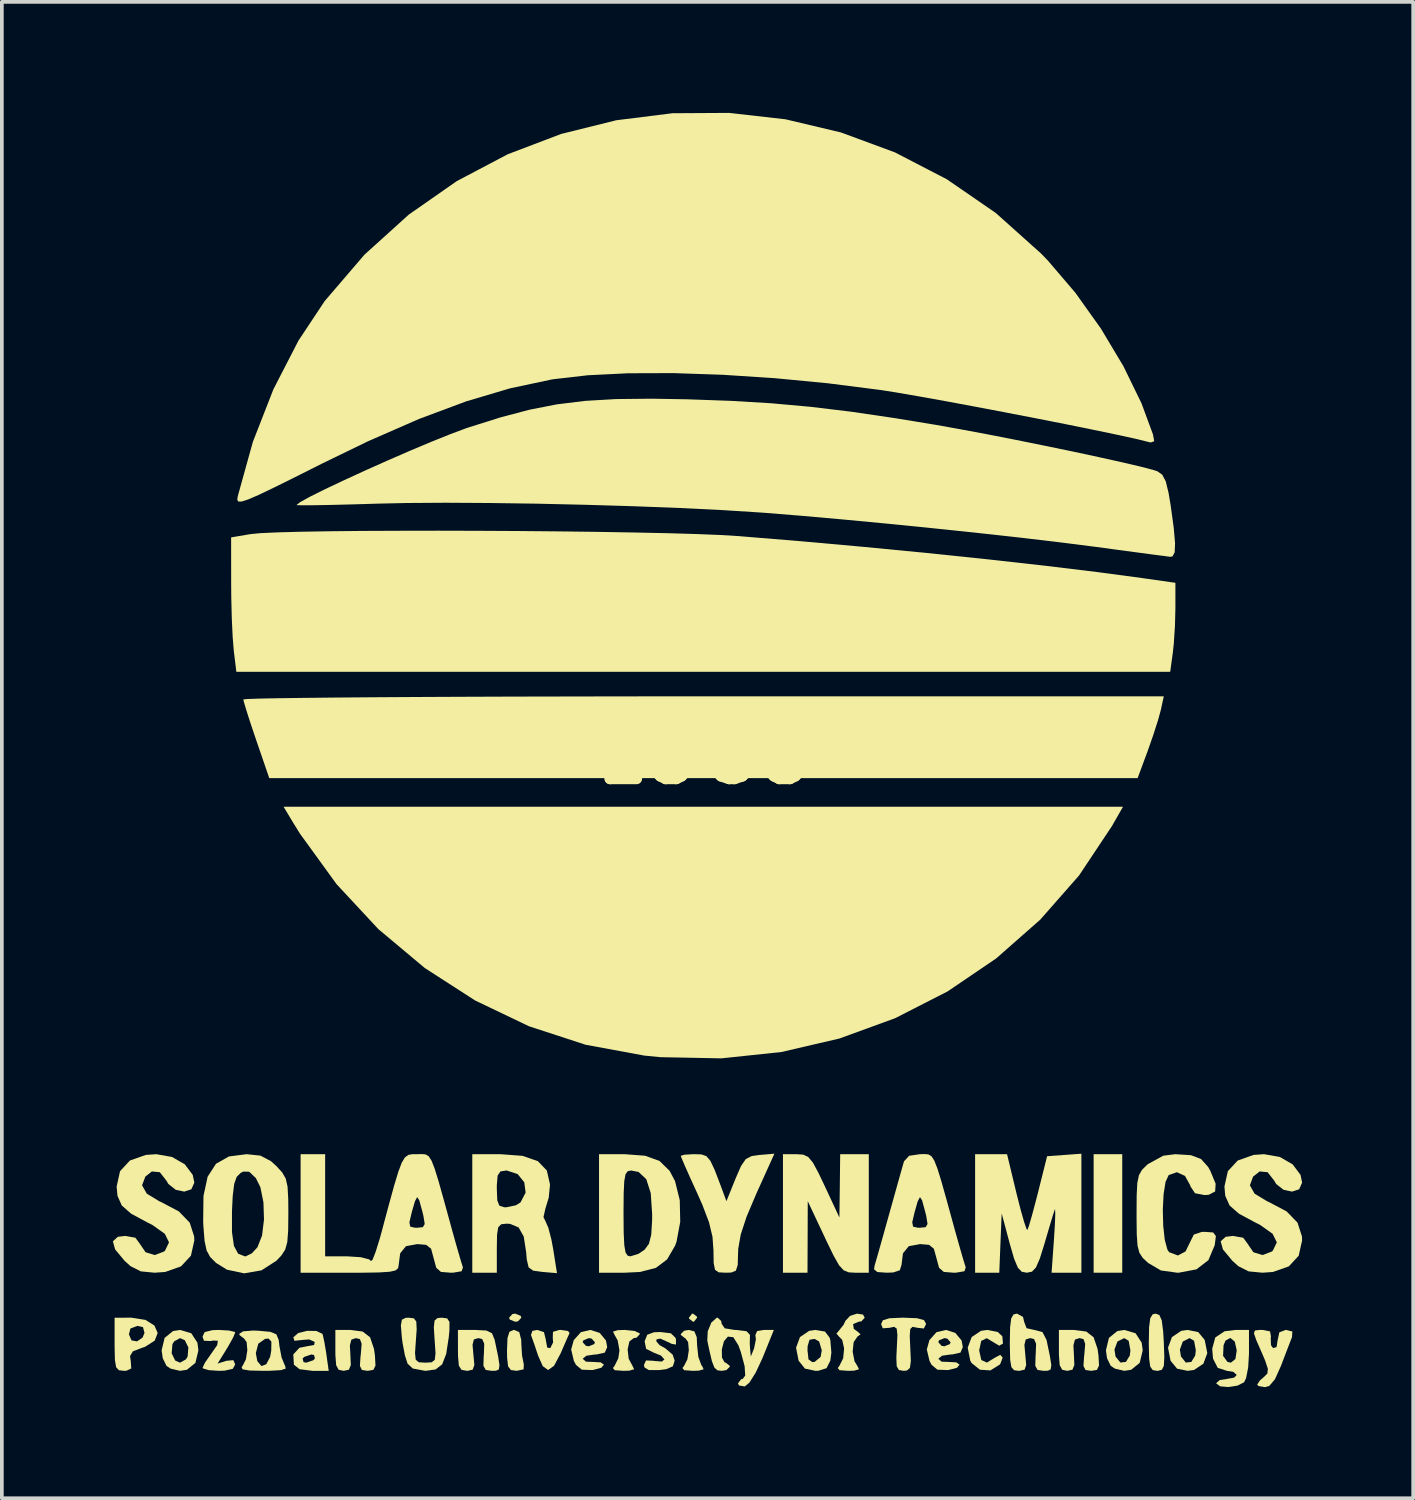
<source format=kicad_pcb>
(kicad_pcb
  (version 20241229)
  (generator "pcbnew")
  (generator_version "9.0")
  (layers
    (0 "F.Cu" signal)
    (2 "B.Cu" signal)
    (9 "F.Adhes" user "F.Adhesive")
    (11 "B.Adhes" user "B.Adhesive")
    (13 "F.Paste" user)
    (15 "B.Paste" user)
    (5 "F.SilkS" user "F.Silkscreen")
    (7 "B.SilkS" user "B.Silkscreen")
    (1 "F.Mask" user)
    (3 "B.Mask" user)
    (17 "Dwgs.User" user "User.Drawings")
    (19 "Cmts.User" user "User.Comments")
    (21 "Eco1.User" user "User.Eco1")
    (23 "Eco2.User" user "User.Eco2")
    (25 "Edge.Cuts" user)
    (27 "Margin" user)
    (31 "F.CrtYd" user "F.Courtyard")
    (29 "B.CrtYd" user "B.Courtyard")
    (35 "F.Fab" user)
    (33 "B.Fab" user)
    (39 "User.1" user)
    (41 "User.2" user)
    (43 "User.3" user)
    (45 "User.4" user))
  (footprint "LOGO"
    (layer "F.Cu")
    (at 16.004 17.308)
    (property "Reference" "LOGO" (at 0 0 0) (layer "F.SilkS") (effects (font (size 1.5 1.5) (thickness 0.3))))
    (attr board_only exclude_from_pos_files exclude_from_bom)
    (fp_poly (pts (xy -4.988 15.189) (xy -4.97 15.24) (xy -5.059 15.338) (xy -5.135 15.35) (xy -5.282 15.291) (xy -5.301 15.24) (xy -5.211 15.142) (xy -5.135 15.13)) (stroke (width 0) (type solid)) (fill yes) (layer "F.SilkS"))
    (fp_poly (pts (xy -0.224 15.214) (xy -0.221 15.24) (xy -0.305 15.347) (xy -0.331 15.35) (xy -0.439 15.266) (xy -0.442 15.24) (xy -0.358 15.133) (xy -0.331 15.13)) (stroke (width 0) (type solid)) (fill yes) (layer "F.SilkS"))
    (fp_poly (pts (xy 11.264 12.424) (xy 11.264 14.025) (xy 10.878 14.025) (xy 10.491 14.025) (xy 10.491 12.424) (xy 10.491 10.823) (xy 10.878 10.823) (xy 11.264 10.823)) (stroke (width 0) (type solid)) (fill yes) (layer "F.SilkS"))
    (fp_poly (pts (xy -5.026 15.629) (xy -4.973 15.837) (xy -4.97 15.949) (xy -4.951 16.261) (xy -4.904 16.496) (xy -4.903 16.501) (xy -4.908 16.636) (xy -5.093 16.675) (xy -5.096 16.675) (xy -5.251 16.655) (xy -5.328 16.556) (xy -5.354 16.323) (xy -5.357 16.123) (xy -5.344 15.788) (xy -5.291 15.621) (xy -5.18 15.572) (xy -5.164 15.571)) (stroke (width 0) (type solid)) (fill yes) (layer "F.SilkS"))
    (fp_poly (pts (xy 12.267 15.168) (xy 12.331 15.312) (xy 12.369 15.605) (xy 12.387 15.903) (xy 12.401 16.308) (xy 12.388 16.54) (xy 12.335 16.647) (xy 12.232 16.675) (xy 12.203 16.676) (xy 12.087 16.655) (xy 12.02 16.561) (xy 11.99 16.346) (xy 11.982 15.964) (xy 11.982 15.903) (xy 11.99 15.49) (xy 12.021 15.254) (xy 12.086 15.149) (xy 12.166 15.13)) (stroke (width 0) (type solid)) (fill yes) (layer "F.SilkS"))
    (fp_poly (pts (xy -0.294 15.611) (xy -0.231 15.767) (xy -0.221 15.991) (xy -0.188 16.3) (xy -0.107 16.521) (xy -0.088 16.543) (xy -0.044 16.633) (xy -0.174 16.671) (xy -0.331 16.676) (xy -0.57 16.659) (xy -0.618 16.6) (xy -0.574 16.543) (xy -0.483 16.363) (xy -0.445 16.119) (xy -0.464 15.899) (xy -0.542 15.793) (xy -0.552 15.792) (xy -0.659 15.708) (xy -0.663 15.682) (xy -0.57 15.592) (xy -0.442 15.571)) (stroke (width 0) (type solid)) (fill yes) (layer "F.SilkS"))
    (fp_poly (pts (xy -1.911 15.598) (xy -1.773 15.663) (xy -1.767 15.682) (xy -1.856 15.78) (xy -1.933 15.792) (xy -2.051 15.883) (xy -2.098 16.097) (xy -2.07 16.347) (xy -1.966 16.543) (xy -1.922 16.633) (xy -2.052 16.671) (xy -2.209 16.676) (xy -2.447 16.659) (xy -2.496 16.6) (xy -2.452 16.543) (xy -2.35 16.337) (xy -2.319 16.123) (xy -2.367 15.854) (xy -2.452 15.704) (xy -2.493 15.616) (xy -2.364 15.577) (xy -2.176 15.571)) (stroke (width 0) (type solid)) (fill yes) (layer "F.SilkS"))
    (fp_poly (pts (xy 10.985 1.96) (xy 10.097 3.294) (xy 9.048 4.488) (xy 7.858 5.535) (xy 6.545 6.426) (xy 5.127 7.15) (xy 3.624 7.698) (xy 2.054 8.063) (xy 0.435 8.234) (xy -1.213 8.202) (xy -1.65 8.159) (xy -3.236 7.866) (xy -4.763 7.367) (xy -6.216 6.672) (xy -7.578 5.794) (xy -8.832 4.743) (xy -9.962 3.528) (xy -10.951 2.163) (xy -11.145 1.85) (xy -11.393 1.436) (xy -0.054 1.436) (xy 11.285 1.436)) (stroke (width 0) (type solid)) (fill yes) (layer "F.SilkS"))
    (fp_poly (pts (xy 7.899 15.625) (xy 8.024 15.742) (xy 8.042 15.938) (xy 7.94 15.997) (xy 7.817 15.923) (xy 7.603 15.794) (xy 7.454 15.868) (xy 7.399 16.123) (xy 7.456 16.383) (xy 7.608 16.453) (xy 7.817 16.324) (xy 7.968 16.244) (xy 8.034 16.319) (xy 7.969 16.488) (xy 7.954 16.507) (xy 7.703 16.664) (xy 7.421 16.646) (xy 7.194 16.465) (xy 7.158 16.4) (xy 7.089 16.05) (xy 7.196 15.764) (xy 7.447 15.595) (xy 7.621 15.571)) (stroke (width 0) (type solid)) (fill yes) (layer "F.SilkS"))
    (fp_poly (pts (xy -3.71 15.599) (xy -3.667 15.654) (xy -3.732 15.798) (xy -3.849 16.067) (xy -3.909 16.206) (xy -4.087 16.54) (xy -4.246 16.654) (xy -4.391 16.55) (xy -4.518 16.262) (xy -4.619 15.959) (xy -4.699 15.737) (xy -4.71 15.709) (xy -4.672 15.597) (xy -4.537 15.571) (xy -4.359 15.63) (xy -4.307 15.84) (xy -4.307 15.854) (xy -4.27 16.048) (xy -4.187 16.062) (xy -4.111 15.908) (xy -4.121 15.78) (xy -4.115 15.622) (xy -3.948 15.572) (xy -3.901 15.571)) (stroke (width 0) (type solid)) (fill yes) (layer "F.SilkS"))
    (fp_poly (pts (xy 11.624 15.661) (xy 11.79 15.916) (xy 11.817 16.123) (xy 11.736 16.461) (xy 11.506 16.647) (xy 11.32 16.676) (xy 11.066 16.616) (xy 10.955 16.543) (xy 10.853 16.337) (xy 10.823 16.123) (xy 10.828 16.101) (xy 11.054 16.101) (xy 11.083 16.289) (xy 11.214 16.452) (xy 11.363 16.435) (xy 11.468 16.264) (xy 11.485 16.123) (xy 11.437 15.863) (xy 11.316 15.792) (xy 11.134 15.884) (xy 11.054 16.101) (xy 10.828 16.101) (xy 10.904 15.786) (xy 11.133 15.6) (xy 11.32 15.571)) (stroke (width 0) (type solid)) (fill yes) (layer "F.SilkS"))
    (fp_poly (pts (xy -13.887 15.661) (xy -13.72 15.916) (xy -13.694 16.123) (xy -13.775 16.461) (xy -14.004 16.647) (xy -14.191 16.676) (xy -14.444 16.616) (xy -14.555 16.543) (xy -14.657 16.337) (xy -14.676 16.203) (xy -14.417 16.203) (xy -14.321 16.398) (xy -14.191 16.455) (xy -14.031 16.366) (xy -13.985 16.289) (xy -13.965 16.044) (xy -14.061 15.849) (xy -14.191 15.792) (xy -14.351 15.881) (xy -14.396 15.958) (xy -14.417 16.203) (xy -14.676 16.203) (xy -14.688 16.123) (xy -14.607 15.786) (xy -14.378 15.6) (xy -14.191 15.571)) (stroke (width 0) (type solid)) (fill yes) (layer "F.SilkS"))
    (fp_poly (pts (xy 12.309 -1.187) (xy 12.23 -0.899) (xy 12.1 -0.494) (xy 11.956 -0.083) (xy 11.68 0.663) (xy -0.05 0.663) (xy -11.78 0.663) (xy -12.131 -0.359) (xy -12.281 -0.803) (xy -12.398 -1.168) (xy -12.468 -1.404) (xy -12.48 -1.463) (xy -12.372 -1.474) (xy -12.057 -1.485) (xy -11.549 -1.495) (xy -10.861 -1.504) (xy -10.009 -1.513) (xy -9.005 -1.521) (xy -7.865 -1.528) (xy -6.6 -1.534) (xy -5.227 -1.539) (xy -3.758 -1.542) (xy -2.208 -1.545) (xy -0.589 -1.546) (xy -0.046 -1.546) (xy 12.386 -1.546)) (stroke (width 0) (type solid)) (fill yes) (layer "F.SilkS"))
    (fp_poly (pts (xy 13.318 15.63) (xy 13.489 15.838) (xy 13.493 15.847) (xy 13.562 16.197) (xy 13.456 16.483) (xy 13.205 16.652) (xy 13.031 16.676) (xy 12.745 16.617) (xy 12.574 16.409) (xy 12.569 16.4) (xy 12.511 16.101) (xy 12.821 16.101) (xy 12.85 16.289) (xy 12.981 16.452) (xy 13.13 16.435) (xy 13.235 16.264) (xy 13.252 16.123) (xy 13.204 15.863) (xy 13.083 15.792) (xy 12.901 15.884) (xy 12.821 16.101) (xy 12.511 16.101) (xy 12.501 16.05) (xy 12.607 15.764) (xy 12.858 15.595) (xy 13.031 15.571)) (stroke (width 0) (type solid)) (fill yes) (layer "F.SilkS"))
    (fp_poly (pts (xy -9.256 15.614) (xy -9.056 15.77) (xy -8.95 16.083) (xy -8.925 16.262) (xy -8.91 16.533) (xy -8.968 16.651) (xy -9.123 16.676) (xy -9.275 16.653) (xy -9.331 16.544) (xy -9.314 16.288) (xy -9.307 16.234) (xy -9.284 15.947) (xy -9.33 15.819) (xy -9.439 15.792) (xy -9.561 15.832) (xy -9.602 15.988) (xy -9.589 16.234) (xy -9.576 16.519) (xy -9.629 16.646) (xy -9.77 16.676) (xy -9.771 16.676) (xy -9.905 16.647) (xy -9.972 16.526) (xy -9.993 16.258) (xy -9.994 16.123) (xy -9.994 15.571) (xy -9.594 15.571)) (stroke (width 0) (type solid)) (fill yes) (layer "F.SilkS"))
    (fp_poly (pts (xy 2.644 10.835) (xy 2.781 10.898) (xy 2.908 11.052) (xy 3.062 11.337) (xy 3.224 11.678) (xy 3.623 12.534) (xy 3.634 11.678) (xy 3.644 10.823) (xy 4.031 10.823) (xy 4.417 10.823) (xy 4.417 12.424) (xy 4.417 14.025) (xy 4.047 14.025) (xy 3.872 14.015) (xy 3.738 13.96) (xy 3.613 13.823) (xy 3.467 13.566) (xy 3.266 13.152) (xy 3.223 13.059) (xy 2.768 12.093) (xy 2.765 13.059) (xy 2.761 14.025) (xy 2.43 14.025) (xy 2.098 14.025) (xy 2.098 12.424) (xy 2.098 10.823) (xy 2.462 10.823)) (stroke (width 0) (type solid)) (fill yes) (layer "F.SilkS"))
    (fp_poly (pts (xy 10.291 15.614) (xy 10.491 15.77) (xy 10.597 16.083) (xy 10.622 16.262) (xy 10.637 16.533) (xy 10.579 16.651) (xy 10.424 16.676) (xy 10.272 16.653) (xy 10.216 16.544) (xy 10.233 16.288) (xy 10.24 16.234) (xy 10.263 15.947) (xy 10.217 15.819) (xy 10.108 15.792) (xy 9.986 15.832) (xy 9.945 15.988) (xy 9.958 16.234) (xy 9.97 16.519) (xy 9.918 16.646) (xy 9.777 16.676) (xy 9.776 16.676) (xy 9.642 16.647) (xy 9.575 16.526) (xy 9.554 16.258) (xy 9.553 16.123) (xy 9.553 15.571) (xy 9.953 15.571)) (stroke (width 0) (type solid)) (fill yes) (layer "F.SilkS"))
    (fp_poly (pts (xy -12.865 15.587) (xy -12.711 15.625) (xy -12.7 15.641) (xy -12.753 15.771) (xy -12.886 16.01) (xy -12.938 16.096) (xy -13.176 16.48) (xy -12.938 16.405) (xy -12.75 16.387) (xy -12.7 16.503) (xy -12.765 16.621) (xy -12.987 16.671) (xy -13.142 16.676) (xy -13.418 16.657) (xy -13.57 16.611) (xy -13.581 16.593) (xy -13.517 16.456) (xy -13.367 16.24) (xy -13.363 16.234) (xy -13.186 15.981) (xy -13.168 15.862) (xy -13.307 15.858) (xy -13.363 15.871) (xy -13.544 15.863) (xy -13.583 15.75) (xy -13.524 15.629) (xy -13.314 15.577) (xy -13.142 15.571)) (stroke (width 0) (type solid)) (fill yes) (layer "F.SilkS"))
    (fp_poly (pts (xy 3.234 15.615) (xy 3.359 15.781) (xy 3.378 15.847) (xy 3.406 16.181) (xy 3.378 16.4) (xy 3.275 16.604) (xy 3.058 16.673) (xy 2.977 16.676) (xy 2.691 16.615) (xy 2.52 16.4) (xy 2.52 16.4) (xy 2.466 16.123) (xy 2.761 16.123) (xy 2.788 16.366) (xy 2.89 16.44) (xy 2.954 16.434) (xy 3.114 16.302) (xy 3.147 16.123) (xy 3.076 15.884) (xy 2.954 15.813) (xy 2.816 15.836) (xy 2.764 16.009) (xy 2.761 16.123) (xy 2.466 16.123) (xy 2.452 16.051) (xy 2.557 15.765) (xy 2.805 15.596) (xy 2.977 15.571)) (stroke (width 0) (type solid)) (fill yes) (layer "F.SilkS"))
    (fp_poly (pts (xy 5.718 15.254) (xy 5.906 15.304) (xy 5.963 15.402) (xy 5.963 15.413) (xy 5.904 15.532) (xy 5.732 15.513) (xy 5.601 15.486) (xy 5.537 15.546) (xy 5.523 15.737) (xy 5.538 16.058) (xy 5.553 16.411) (xy 5.528 16.596) (xy 5.449 16.667) (xy 5.356 16.676) (xy 5.231 16.654) (xy 5.171 16.552) (xy 5.161 16.32) (xy 5.174 16.058) (xy 5.19 15.709) (xy 5.171 15.534) (xy 5.1 15.486) (xy 4.98 15.513) (xy 4.795 15.527) (xy 4.749 15.413) (xy 4.797 15.31) (xy 4.972 15.256) (xy 5.317 15.24) (xy 5.356 15.24)) (stroke (width 0) (type solid)) (fill yes) (layer "F.SilkS"))
    (fp_poly (pts (xy -5.914 15.587) (xy -5.763 15.661) (xy -5.692 15.833) (xy -5.683 15.875) (xy -5.597 16.285) (xy -5.561 16.523) (xy -5.578 16.638) (xy -5.655 16.673) (xy -5.771 16.676) (xy -5.931 16.652) (xy -5.994 16.542) (xy -5.987 16.283) (xy -5.982 16.234) (xy -5.972 15.945) (xy -6.028 15.816) (xy -6.132 15.792) (xy -6.252 15.828) (xy -6.288 15.974) (xy -6.265 16.234) (xy -6.239 16.517) (xy -6.283 16.644) (xy -6.418 16.675) (xy -6.443 16.675) (xy -6.585 16.65) (xy -6.657 16.539) (xy -6.68 16.286) (xy -6.682 16.123) (xy -6.683 15.571) (xy -6.215 15.571)) (stroke (width 0) (type solid)) (fill yes) (layer "F.SilkS"))
    (fp_poly (pts (xy 4.26 15.156) (xy 4.307 15.24) (xy 4.218 15.338) (xy 4.141 15.35) (xy 3.993 15.413) (xy 4.012 15.542) (xy 4.114 15.617) (xy 4.195 15.69) (xy 4.114 15.746) (xy 4.008 15.9) (xy 3.981 16.159) (xy 4.032 16.42) (xy 4.108 16.543) (xy 4.152 16.633) (xy 4.022 16.671) (xy 3.865 16.676) (xy 3.627 16.659) (xy 3.578 16.6) (xy 3.622 16.543) (xy 3.725 16.337) (xy 3.75 16.069) (xy 3.698 15.839) (xy 3.617 15.755) (xy 3.543 15.669) (xy 3.597 15.607) (xy 3.737 15.429) (xy 3.787 15.323) (xy 3.911 15.191) (xy 4.099 15.131)) (stroke (width 0) (type solid)) (fill yes) (layer "F.SilkS"))
    (fp_poly (pts (xy -15.123 15.3) (xy -14.882 15.453) (xy -14.794 15.653) (xy -14.874 15.86) (xy -15.137 16.028) (xy -15.221 16.055) (xy -15.465 16.15) (xy -15.541 16.277) (xy -15.521 16.418) (xy -15.508 16.612) (xy -15.641 16.674) (xy -15.707 16.676) (xy -15.842 16.66) (xy -15.917 16.578) (xy -15.95 16.381) (xy -15.958 16.019) (xy -15.958 15.958) (xy -15.958 15.69) (xy -15.571 15.69) (xy -15.502 15.853) (xy -15.351 15.88) (xy -15.203 15.778) (xy -15.15 15.653) (xy -15.191 15.496) (xy -15.342 15.461) (xy -15.531 15.534) (xy -15.571 15.69) (xy -15.958 15.69) (xy -15.958 15.241) (xy -15.502 15.24)) (stroke (width 0) (type solid)) (fill yes) (layer "F.SilkS"))
    (fp_poly (pts (xy -0.93 15.662) (xy -0.804 15.785) (xy -0.792 15.829) (xy -0.792 15.966) (xy -0.908 15.947) (xy -0.977 15.912) (xy -1.216 15.805) (xy -1.316 15.825) (xy -1.325 15.876) (xy -1.236 15.98) (xy -1.077 16.07) (xy -0.882 16.238) (xy -0.828 16.4) (xy -0.876 16.554) (xy -1.055 16.631) (xy -1.242 16.655) (xy -1.526 16.655) (xy -1.644 16.583) (xy -1.657 16.515) (xy -1.601 16.395) (xy -1.403 16.404) (xy -1.38 16.409) (xy -1.173 16.425) (xy -1.104 16.368) (xy -1.198 16.263) (xy -1.388 16.187) (xy -1.599 16.082) (xy -1.638 15.884) (xy -1.636 15.871) (xy -1.569 15.701) (xy -1.388 15.634) (xy -1.216 15.627)) (stroke (width 0) (type solid)) (fill yes) (layer "F.SilkS"))
    (fp_poly (pts (xy 15.064 15.571) (xy 15.257 15.61) (xy 15.282 15.753) (xy 15.275 15.78) (xy 15.283 15.986) (xy 15.341 16.062) (xy 15.433 16.033) (xy 15.461 15.854) (xy 15.508 15.636) (xy 15.679 15.571) (xy 15.694 15.571) (xy 15.86 15.613) (xy 15.85 15.765) (xy 15.85 15.765) (xy 15.769 15.974) (xy 15.643 16.302) (xy 15.554 16.538) (xy 15.39 16.903) (xy 15.237 17.083) (xy 15.122 17.117) (xy 14.946 17.087) (xy 14.909 17.047) (xy 14.987 16.932) (xy 15.088 16.845) (xy 15.185 16.749) (xy 15.198 16.619) (xy 15.122 16.392) (xy 15.033 16.184) (xy 14.884 15.844) (xy 14.822 15.661) (xy 14.849 15.586) (xy 14.969 15.571)) (stroke (width 0) (type solid)) (fill yes) (layer "F.SilkS"))
    (fp_poly (pts (xy -10.511 15.599) (xy -10.349 15.673) (xy -10.334 15.702) (xy -10.29 15.903) (xy -10.239 16.208) (xy -10.232 16.262) (xy -10.174 16.676) (xy -10.612 16.676) (xy -10.961 16.632) (xy -11.114 16.51) (xy -11.124 16.344) (xy -10.878 16.344) (xy -10.854 16.44) (xy -10.78 16.455) (xy -10.59 16.39) (xy -10.547 16.344) (xy -10.57 16.249) (xy -10.644 16.234) (xy -10.835 16.299) (xy -10.878 16.344) (xy -11.124 16.344) (xy -11.131 16.233) (xy -10.966 16.054) (xy -10.764 16.013) (xy -10.568 15.977) (xy -10.552 15.894) (xy -10.704 15.827) (xy -10.901 15.843) (xy -11.1 15.864) (xy -11.129 15.772) (xy -11.129 15.769) (xy -10.997 15.655) (xy -10.76 15.595)) (stroke (width 0) (type solid)) (fill yes) (layer "F.SilkS"))
    (fp_poly (pts (xy -2.854 15.651) (xy -2.684 15.856) (xy -2.65 16.035) (xy -2.715 16.184) (xy -2.937 16.233) (xy -2.982 16.234) (xy -3.214 16.268) (xy -3.313 16.351) (xy -3.313 16.352) (xy -3.221 16.429) (xy -3.042 16.435) (xy -2.825 16.447) (xy -2.738 16.51) (xy -2.811 16.594) (xy -3.032 16.652) (xy -3.064 16.655) (xy -3.336 16.645) (xy -3.494 16.515) (xy -3.551 16.407) (xy -3.624 16.099) (xy -3.569 15.903) (xy -3.313 15.903) (xy -3.224 16.001) (xy -3.147 16.013) (xy -3 15.953) (xy -2.982 15.903) (xy -3.071 15.805) (xy -3.147 15.792) (xy -3.294 15.852) (xy -3.313 15.903) (xy -3.569 15.903) (xy -3.554 15.847) (xy -3.361 15.631) (xy -3.104 15.571)) (stroke (width 0) (type solid)) (fill yes) (layer "F.SilkS"))
    (fp_poly (pts (xy 6.754 15.651) (xy 6.924 15.856) (xy 6.957 16.035) (xy 6.893 16.184) (xy 6.67 16.233) (xy 6.626 16.234) (xy 6.394 16.268) (xy 6.295 16.351) (xy 6.295 16.352) (xy 6.387 16.429) (xy 6.566 16.435) (xy 6.783 16.447) (xy 6.869 16.51) (xy 6.797 16.594) (xy 6.575 16.652) (xy 6.544 16.655) (xy 6.271 16.645) (xy 6.114 16.515) (xy 6.057 16.407) (xy 5.984 16.099) (xy 6.039 15.903) (xy 6.295 15.903) (xy 6.384 16.001) (xy 6.46 16.013) (xy 6.607 15.953) (xy 6.626 15.903) (xy 6.537 15.805) (xy 6.46 15.792) (xy 6.313 15.852) (xy 6.295 15.903) (xy 6.039 15.903) (xy 6.054 15.847) (xy 6.246 15.631) (xy 6.504 15.571)) (stroke (width 0) (type solid)) (fill yes) (layer "F.SilkS"))
    (fp_poly (pts (xy 14.688 16.212) (xy 14.666 16.583) (xy 14.61 16.872) (xy 14.555 16.985) (xy 14.376 17.076) (xy 14.131 17.114) (xy 13.911 17.095) (xy 13.805 17.017) (xy 13.804 17.007) (xy 13.899 16.924) (xy 14.08 16.897) (xy 14.288 16.859) (xy 14.357 16.786) (xy 14.262 16.702) (xy 14.092 16.676) (xy 13.844 16.596) (xy 13.717 16.347) (xy 13.71 16.271) (xy 13.988 16.271) (xy 14.107 16.435) (xy 14.2 16.455) (xy 14.322 16.355) (xy 14.357 16.123) (xy 14.303 15.883) (xy 14.183 15.787) (xy 14.055 15.858) (xy 14.001 15.985) (xy 13.988 16.271) (xy 13.71 16.271) (xy 13.694 16.081) (xy 13.777 15.775) (xy 14.029 15.607) (xy 14.323 15.571) (xy 14.688 15.571)) (stroke (width 0) (type solid)) (fill yes) (layer "F.SilkS"))
    (fp_poly (pts (xy 8.583 15.219) (xy 8.614 15.35) (xy 8.679 15.524) (xy 8.888 15.571) (xy 9.109 15.629) (xy 9.218 15.84) (xy 9.226 15.875) (xy 9.311 16.285) (xy 9.348 16.523) (xy 9.33 16.638) (xy 9.254 16.673) (xy 9.138 16.676) (xy 8.977 16.652) (xy 8.915 16.542) (xy 8.922 16.283) (xy 8.926 16.234) (xy 8.937 15.945) (xy 8.881 15.816) (xy 8.777 15.792) (xy 8.657 15.828) (xy 8.621 15.974) (xy 8.644 16.234) (xy 8.669 16.517) (xy 8.626 16.644) (xy 8.49 16.675) (xy 8.465 16.676) (xy 8.341 16.659) (xy 8.269 16.575) (xy 8.236 16.378) (xy 8.228 16.02) (xy 8.227 15.903) (xy 8.235 15.492) (xy 8.265 15.257) (xy 8.328 15.152) (xy 8.421 15.13)) (stroke (width 0) (type solid)) (fill yes) (layer "F.SilkS"))
    (fp_poly (pts (xy -6.973 15.259) (xy -6.911 15.355) (xy -6.913 15.585) (xy -6.93 15.765) (xy -7 16.222) (xy -7.109 16.5) (xy -7.285 16.638) (xy -7.555 16.676) (xy -7.565 16.676) (xy -7.903 16.613) (xy -8.043 16.482) (xy -8.115 16.258) (xy -8.179 15.919) (xy -8.199 15.765) (xy -8.224 15.448) (xy -8.196 15.294) (xy -8.095 15.244) (xy -8.011 15.24) (xy -7.873 15.257) (xy -7.808 15.344) (xy -7.797 15.554) (xy -7.818 15.847) (xy -7.842 16.194) (xy -7.823 16.375) (xy -7.741 16.444) (xy -7.571 16.455) (xy -7.565 16.455) (xy -7.392 16.445) (xy -7.308 16.378) (xy -7.288 16.201) (xy -7.311 15.86) (xy -7.312 15.847) (xy -7.334 15.5) (xy -7.314 15.319) (xy -7.235 15.25) (xy -7.118 15.24)) (stroke (width 0) (type solid)) (fill yes) (layer "F.SilkS"))
    (fp_poly (pts (xy 1.377 11.893) (xy 1.115 12.512) (xy 0.958 12.991) (xy 0.89 13.377) (xy 0.885 13.501) (xy 0.876 13.817) (xy 0.826 13.971) (xy 0.697 14.021) (xy 0.552 14.025) (xy 0.361 14.015) (xy 0.263 13.946) (xy 0.226 13.766) (xy 0.221 13.429) (xy 0.194 13.053) (xy 0.1 12.662) (xy -0.08 12.189) (xy -0.221 11.872) (xy -0.411 11.454) (xy -0.56 11.119) (xy -0.648 10.911) (xy -0.663 10.867) (xy -0.566 10.837) (xy -0.328 10.823) (xy -0.289 10.823) (xy -0.103 10.829) (xy 0.028 10.875) (xy 0.136 11) (xy 0.252 11.244) (xy 0.406 11.647) (xy 0.448 11.761) (xy 0.571 12.093) (xy 0.816 11.485) (xy 0.965 11.143) (xy 1.093 10.956) (xy 1.254 10.873) (xy 1.464 10.844) (xy 1.867 10.81)) (stroke (width 0) (type solid)) (fill yes) (layer "F.SilkS"))
    (fp_poly (pts (xy -12.065 15.593) (xy -11.748 15.623) (xy -11.588 15.689) (xy -11.525 15.84) (xy -11.504 16.013) (xy -11.447 16.314) (xy -11.36 16.527) (xy -11.352 16.537) (xy -11.334 16.614) (xy -11.461 16.657) (xy -11.764 16.674) (xy -11.936 16.676) (xy -12.314 16.667) (xy -12.501 16.635) (xy -12.527 16.575) (xy -12.501 16.543) (xy -12.41 16.363) (xy -12.385 16.199) (xy -12.143 16.199) (xy -12.102 16.415) (xy -11.99 16.547) (xy -11.861 16.498) (xy -11.757 16.3) (xy -11.726 16.133) (xy -11.722 15.888) (xy -11.797 15.805) (xy -11.89 15.811) (xy -12.077 15.944) (xy -12.143 16.199) (xy -12.385 16.199) (xy -12.372 16.119) (xy -12.391 15.899) (xy -12.469 15.793) (xy -12.479 15.792) (xy -12.585 15.707) (xy -12.59 15.676) (xy -12.488 15.609) (xy -12.214 15.587)) (stroke (width 0) (type solid)) (fill yes) (layer "F.SilkS"))
    (fp_poly (pts (xy -6.13 -6.018) (xy -5.027 -6.012) (xy -3.937 -6.002) (xy -2.885 -5.989) (xy -1.898 -5.972) (xy -1.001 -5.953) (xy -0.219 -5.93) (xy 0.42 -5.904) (xy 0.883 -5.876) (xy 2.573 -5.737) (xy 4.289 -5.583) (xy 5.99 -5.418) (xy 7.635 -5.247) (xy 9.183 -5.074) (xy 10.593 -4.903) (xy 11.824 -4.738) (xy 11.844 -4.735) (xy 12.7 -4.613) (xy 12.7 -3.923) (xy 12.688 -3.448) (xy 12.657 -2.97) (xy 12.63 -2.721) (xy 12.56 -2.209) (xy -0.055 -2.209) (xy -12.669 -2.209) (xy -12.739 -2.788) (xy -12.768 -3.146) (xy -12.792 -3.648) (xy -12.806 -4.218) (xy -12.809 -4.604) (xy -12.81 -5.84) (xy -12.286 -5.929) (xy -12.017 -5.955) (xy -11.554 -5.976) (xy -10.921 -5.993) (xy -10.145 -6.006) (xy -9.252 -6.015) (xy -8.268 -6.019) (xy -7.219 -6.021)) (stroke (width 0) (type solid)) (fill yes) (layer "F.SilkS"))
    (fp_poly (pts (xy -1.625 10.865) (xy -1.235 11.007) (xy -0.963 11.274) (xy -0.817 11.551) (xy -0.69 12.065) (xy -0.677 12.651) (xy -0.778 13.191) (xy -0.817 13.297) (xy -1.032 13.666) (xy -1.334 13.894) (xy -1.767 14.005) (xy -2.178 14.025) (xy -2.871 14.025) (xy -2.871 12.424) (xy -2.209 12.424) (xy -2.205 12.946) (xy -2.188 13.286) (xy -2.154 13.48) (xy -2.096 13.566) (xy -2.024 13.583) (xy -1.801 13.513) (xy -1.638 13.401) (xy -1.524 13.246) (xy -1.461 13.003) (xy -1.437 12.615) (xy -1.436 12.443) (xy -1.474 11.874) (xy -1.594 11.499) (xy -1.803 11.303) (xy -2.005 11.264) (xy -2.096 11.283) (xy -2.155 11.365) (xy -2.189 11.55) (xy -2.205 11.874) (xy -2.209 12.379) (xy -2.209 12.424) (xy -2.871 12.424) (xy -2.871 10.823) (xy -2.178 10.823)) (stroke (width 0) (type solid)) (fill yes) (layer "F.SilkS"))
    (fp_poly (pts (xy 10.16 12.418) (xy 10.16 14.025) (xy 9.758 14.025) (xy 9.355 14.025) (xy 9.42 13.114) (xy 9.445 12.714) (xy 9.455 12.431) (xy 9.449 12.309) (xy 9.443 12.313) (xy 9.393 12.467) (xy 9.301 12.772) (xy 9.185 13.165) (xy 9.168 13.225) (xy 9.039 13.639) (xy 8.934 13.882) (xy 8.826 13.996) (xy 8.689 14.025) (xy 8.686 14.025) (xy 8.549 13.999) (xy 8.444 13.889) (xy 8.345 13.654) (xy 8.227 13.248) (xy 8.221 13.225) (xy 8.007 12.424) (xy 7.974 13.225) (xy 7.942 14.025) (xy 7.615 14.025) (xy 7.289 14.025) (xy 7.289 12.424) (xy 7.289 10.823) (xy 7.72 10.823) (xy 8.152 10.823) (xy 8.404 11.869) (xy 8.515 12.308) (xy 8.611 12.647) (xy 8.678 12.842) (xy 8.701 12.871) (xy 8.746 12.751) (xy 8.828 12.467) (xy 8.934 12.069) (xy 8.99 11.852) (xy 9.234 10.878) (xy 9.697 10.844) (xy 10.16 10.81)) (stroke (width 0) (type solid)) (fill yes) (layer "F.SilkS"))
    (fp_poly (pts (xy -12.018 10.862) (xy -11.735 11.011) (xy -11.587 11.145) (xy -11.431 11.315) (xy -11.335 11.481) (xy -11.285 11.702) (xy -11.267 12.036) (xy -11.264 12.424) (xy -11.269 12.892) (xy -11.293 13.199) (xy -11.35 13.403) (xy -11.457 13.565) (xy -11.587 13.702) (xy -11.99 13.961) (xy -12.458 14.042) (xy -12.923 13.943) (xy -13.216 13.761) (xy -13.375 13.602) (xy -13.473 13.424) (xy -13.528 13.163) (xy -13.56 12.757) (xy -13.565 12.654) (xy -13.562 12.363) (xy -12.787 12.363) (xy -12.787 12.928) (xy -12.734 13.302) (xy -12.62 13.512) (xy -12.437 13.583) (xy -12.417 13.583) (xy -12.25 13.501) (xy -12.099 13.338) (xy -11.975 13.022) (xy -11.922 12.589) (xy -11.937 12.125) (xy -12.02 11.713) (xy -12.141 11.47) (xy -12.322 11.297) (xy -12.482 11.293) (xy -12.555 11.331) (xy -12.66 11.436) (xy -12.727 11.627) (xy -12.767 11.952) (xy -12.787 12.363) (xy -13.562 12.363) (xy -13.557 11.951) (xy -13.445 11.432) (xy -13.219 11.082) (xy -12.869 10.884) (xy -12.391 10.823)) (stroke (width 0) (type solid)) (fill yes) (layer "F.SilkS"))
    (fp_poly (pts (xy 0.43 15.33) (xy 0.442 15.406) (xy 0.524 15.527) (xy 0.79 15.571) (xy 0.833 15.571) (xy 1.114 15.606) (xy 1.207 15.705) (xy 1.207 15.709) (xy 1.201 15.933) (xy 1.209 16.068) (xy 1.23 16.289) (xy 1.318 16.068) (xy 1.367 15.827) (xy 1.353 15.709) (xy 1.4 15.6) (xy 1.577 15.571) (xy 1.852 15.571) (xy 1.551 16.317) (xy 1.364 16.72) (xy 1.191 16.995) (xy 1.066 17.098) (xy 0.911 17.072) (xy 0.883 17.015) (xy 0.969 16.902) (xy 1.008 16.897) (xy 1.079 16.803) (xy 1.062 16.548) (xy 0.961 16.172) (xy 0.895 15.988) (xy 0.757 15.768) (xy 0.611 15.751) (xy 0.503 15.878) (xy 0.447 16.097) (xy 0.45 16.317) (xy 0.52 16.447) (xy 0.552 16.455) (xy 0.659 16.539) (xy 0.663 16.565) (xy 0.57 16.655) (xy 0.444 16.676) (xy 0.327 16.662) (xy 0.246 16.589) (xy 0.178 16.414) (xy 0.102 16.089) (xy 0.054 15.857) (xy 0.066 15.607) (xy 0.164 15.371) (xy 0.306 15.244) (xy 0.335 15.24)) (stroke (width 0) (type solid)) (fill yes) (layer "F.SilkS"))
    (fp_poly (pts (xy -14.407 10.898) (xy -14.06 11.098) (xy -13.847 11.383) (xy -13.804 11.591) (xy -13.884 11.771) (xy -14.076 11.834) (xy -14.307 11.785) (xy -14.506 11.627) (xy -14.557 11.54) (xy -14.737 11.31) (xy -14.951 11.289) (xy -15.128 11.429) (xy -15.216 11.664) (xy -15.089 11.889) (xy -14.754 12.093) (xy -14.717 12.108) (xy -14.224 12.368) (xy -13.929 12.672) (xy -13.809 13.044) (xy -13.804 13.153) (xy -13.896 13.566) (xy -14.164 13.854) (xy -14.593 14.005) (xy -14.877 14.025) (xy -15.249 13.989) (xy -15.527 13.849) (xy -15.69 13.702) (xy -15.944 13.395) (xy -16.004 13.177) (xy -15.871 13.055) (xy -15.671 13.031) (xy -15.396 13.08) (xy -15.274 13.246) (xy -15.273 13.249) (xy -15.121 13.472) (xy -14.874 13.548) (xy -14.623 13.453) (xy -14.595 13.427) (xy -14.488 13.205) (xy -14.601 12.975) (xy -14.932 12.738) (xy -15.084 12.661) (xy -15.511 12.431) (xy -15.764 12.209) (xy -15.88 11.949) (xy -15.903 11.697) (xy -15.811 11.282) (xy -15.544 10.994) (xy -15.115 10.843) (xy -14.834 10.823)) (stroke (width 0) (type solid)) (fill yes) (layer "F.SilkS"))
    (fp_poly (pts (xy 15.521 10.898) (xy 15.868 11.098) (xy 16.081 11.383) (xy 16.123 11.591) (xy 16.044 11.771) (xy 15.852 11.834) (xy 15.621 11.785) (xy 15.422 11.627) (xy 15.371 11.54) (xy 15.191 11.31) (xy 14.977 11.289) (xy 14.799 11.429) (xy 14.712 11.664) (xy 14.839 11.889) (xy 15.174 12.093) (xy 15.211 12.108) (xy 15.704 12.368) (xy 15.999 12.672) (xy 16.119 13.044) (xy 16.123 13.153) (xy 16.031 13.566) (xy 15.764 13.854) (xy 15.335 14.005) (xy 15.051 14.025) (xy 14.678 13.989) (xy 14.401 13.849) (xy 14.238 13.702) (xy 13.984 13.395) (xy 13.923 13.177) (xy 14.057 13.055) (xy 14.256 13.031) (xy 14.532 13.08) (xy 14.654 13.246) (xy 14.655 13.249) (xy 14.807 13.472) (xy 15.053 13.548) (xy 15.305 13.453) (xy 15.333 13.427) (xy 15.44 13.205) (xy 15.327 12.975) (xy 14.995 12.738) (xy 14.844 12.661) (xy 14.417 12.431) (xy 14.164 12.209) (xy 14.047 11.949) (xy 14.025 11.697) (xy 14.117 11.282) (xy 14.384 10.994) (xy 14.812 10.843) (xy 15.094 10.823)) (stroke (width 0) (type solid)) (fill yes) (layer "F.SilkS"))
    (fp_poly (pts (xy -4.936 10.868) (xy -4.523 11.012) (xy -4.281 11.264) (xy -4.197 11.632) (xy -4.197 11.666) (xy -4.23 11.998) (xy -4.312 12.267) (xy -4.315 12.273) (xy -4.372 12.523) (xy -4.32 12.629) (xy -4.241 12.808) (xy -4.158 13.126) (xy -4.107 13.401) (xy -4.007 14.037) (xy -4.406 14.003) (xy -4.652 13.969) (xy -4.773 13.88) (xy -4.823 13.67) (xy -4.839 13.475) (xy -4.905 13.048) (xy -5.043 12.802) (xy -5.276 12.705) (xy -5.37 12.7) (xy -5.515 12.716) (xy -5.594 12.798) (xy -5.626 12.998) (xy -5.632 13.363) (xy -5.632 14.025) (xy -5.963 14.025) (xy -6.295 14.025) (xy -6.295 12.424) (xy -6.295 11.761) (xy -5.632 11.761) (xy -5.62 12.069) (xy -5.563 12.215) (xy -5.431 12.257) (xy -5.378 12.258) (xy -5.119 12.204) (xy -4.992 12.126) (xy -4.854 11.861) (xy -4.89 11.583) (xy -5.069 11.361) (xy -5.36 11.265) (xy -5.378 11.264) (xy -5.535 11.289) (xy -5.61 11.401) (xy -5.632 11.659) (xy -5.632 11.761) (xy -6.295 11.761) (xy -6.295 10.823) (xy -5.537 10.823)) (stroke (width 0) (type solid)) (fill yes) (layer "F.SilkS"))
    (fp_poly (pts (xy 13.12 10.85) (xy 13.393 10.954) (xy 13.584 11.167) (xy 13.643 11.272) (xy 13.787 11.621) (xy 13.774 11.83) (xy 13.601 11.92) (xy 13.485 11.927) (xy 13.23 11.878) (xy 13.109 11.697) (xy 13.099 11.663) (xy 12.959 11.41) (xy 12.741 11.31) (xy 12.52 11.386) (xy 12.434 11.57) (xy 12.381 11.904) (xy 12.36 12.322) (xy 12.371 12.756) (xy 12.413 13.14) (xy 12.486 13.406) (xy 12.533 13.472) (xy 12.768 13.56) (xy 12.974 13.45) (xy 13.095 13.202) (xy 13.198 12.994) (xy 13.41 12.924) (xy 13.499 12.921) (xy 13.722 12.938) (xy 13.794 13.035) (xy 13.763 13.278) (xy 13.763 13.28) (xy 13.592 13.686) (xy 13.267 13.935) (xy 12.788 14.025) (xy 12.749 14.025) (xy 12.311 13.965) (xy 11.964 13.762) (xy 11.961 13.759) (xy 11.818 13.625) (xy 11.727 13.487) (xy 11.677 13.293) (xy 11.656 12.992) (xy 11.651 12.532) (xy 11.651 12.424) (xy 11.654 11.928) (xy 11.671 11.601) (xy 11.715 11.391) (xy 11.797 11.247) (xy 11.929 11.116) (xy 11.961 11.089) (xy 12.372 10.864) (xy 12.697 10.823)) (stroke (width 0) (type solid)) (fill yes) (layer "F.SilkS"))
    (fp_poly (pts (xy 6.028 10.829) (xy 6.11 10.878) (xy 6.186 10.995) (xy 6.27 11.208) (xy 6.374 11.544) (xy 6.511 12.03) (xy 6.694 12.696) (xy 6.739 12.86) (xy 6.859 13.286) (xy 6.96 13.638) (xy 7.027 13.854) (xy 7.036 13.882) (xy 7.001 13.985) (xy 6.774 14.024) (xy 6.705 14.025) (xy 6.442 14.003) (xy 6.315 13.892) (xy 6.247 13.639) (xy 6.175 13.378) (xy 6.045 13.272) (xy 5.805 13.252) (xy 5.498 13.308) (xy 5.34 13.501) (xy 5.301 13.813) (xy 5.255 13.959) (xy 5.079 14.018) (xy 4.907 14.025) (xy 4.648 14.007) (xy 4.559 13.932) (xy 4.574 13.832) (xy 4.627 13.651) (xy 4.724 13.31) (xy 4.851 12.858) (xy 4.905 12.664) (xy 5.59 12.664) (xy 5.614 12.781) (xy 5.745 12.81) (xy 5.795 12.81) (xy 5.952 12.795) (xy 6.004 12.709) (xy 5.969 12.492) (xy 5.937 12.365) (xy 5.857 12.071) (xy 5.8 11.982) (xy 5.737 12.1) (xy 5.653 12.396) (xy 5.59 12.664) (xy 4.905 12.664) (xy 4.972 12.424) (xy 5.113 11.92) (xy 5.236 11.481) (xy 5.327 11.159) (xy 5.368 11.016) (xy 5.507 10.866) (xy 5.797 10.823) (xy 5.928 10.82)) (stroke (width 0) (type solid)) (fill yes) (layer "F.SilkS"))
    (fp_poly (pts (xy 2.168 -17.135) (xy 3.668 -16.779) (xy 5.126 -16.24) (xy 6.525 -15.515) (xy 7.847 -14.605) (xy 9.073 -13.507) (xy 9.257 -13.316) (xy 9.996 -12.451) (xy 10.687 -11.482) (xy 11.295 -10.466) (xy 11.784 -9.463) (xy 12.093 -8.625) (xy 12.128 -8.438) (xy 12.032 -8.404) (xy 11.912 -8.433) (xy 11.602 -8.509) (xy 11.111 -8.616) (xy 10.478 -8.748) (xy 9.739 -8.898) (xy 8.931 -9.057) (xy 8.093 -9.219) (xy 7.26 -9.377) (xy 6.471 -9.524) (xy 5.763 -9.651) (xy 5.172 -9.753) (xy 4.749 -9.82) (xy 3.315 -10.003) (xy 1.879 -10.141) (xy 0.476 -10.233) (xy -0.858 -10.278) (xy -2.087 -10.274) (xy -3.176 -10.22) (xy -4.09 -10.115) (xy -4.154 -10.105) (xy -5.277 -9.866) (xy -6.459 -9.515) (xy -7.728 -9.042) (xy -9.112 -8.437) (xy -10.352 -7.835) (xy -11.09 -7.464) (xy -11.654 -7.185) (xy -12.065 -6.988) (xy -12.348 -6.866) (xy -12.524 -6.809) (xy -12.615 -6.808) (xy -12.644 -6.856) (xy -12.633 -6.942) (xy -12.633 -6.943) (xy -12.223 -8.42) (xy -11.668 -9.841) (xy -10.991 -11.156) (xy -10.282 -12.225) (xy -9.206 -13.48) (xy -8.011 -14.56) (xy -6.716 -15.464) (xy -5.339 -16.19) (xy -3.896 -16.739) (xy -2.406 -17.109) (xy -0.887 -17.299) (xy 0.643 -17.308)) (stroke (width 0) (type solid)) (fill yes) (layer "F.SilkS"))
    (fp_poly (pts (xy -7.555 10.829) (xy -7.474 10.878) (xy -7.397 10.995) (xy -7.313 11.208) (xy -7.209 11.544) (xy -7.072 12.031) (xy -6.889 12.696) (xy -6.844 12.86) (xy -6.725 13.286) (xy -6.623 13.638) (xy -6.557 13.854) (xy -6.547 13.882) (xy -6.583 13.985) (xy -6.809 14.024) (xy -6.878 14.025) (xy -7.142 14.003) (xy -7.269 13.892) (xy -7.337 13.639) (xy -7.408 13.378) (xy -7.539 13.272) (xy -7.779 13.252) (xy -8.086 13.308) (xy -8.243 13.501) (xy -8.283 13.813) (xy -8.298 13.903) (xy -8.367 13.963) (xy -8.527 13.999) (xy -8.815 14.018) (xy -9.266 14.025) (xy -9.608 14.025) (xy -10.933 14.025) (xy -10.933 12.424) (xy -10.933 10.823) (xy -10.602 10.823) (xy -10.27 10.823) (xy -10.27 12.203) (xy -10.27 13.583) (xy -9.672 13.583) (xy -9.308 13.606) (xy -9.08 13.665) (xy -9.032 13.71) (xy -8.987 13.67) (xy -8.904 13.456) (xy -8.796 13.108) (xy -8.741 12.91) (xy -8.676 12.664) (xy -7.994 12.664) (xy -7.97 12.781) (xy -7.839 12.81) (xy -7.788 12.81) (xy -7.631 12.795) (xy -7.58 12.709) (xy -7.615 12.492) (xy -7.646 12.365) (xy -7.726 12.071) (xy -7.784 11.982) (xy -7.846 12.1) (xy -7.931 12.396) (xy -7.994 12.664) (xy -8.676 12.664) (xy -8.55 12.194) (xy -8.404 11.664) (xy -8.291 11.292) (xy -8.199 11.049) (xy -8.114 10.909) (xy -8.024 10.843) (xy -7.917 10.823) (xy -7.786 10.823) (xy -7.655 10.82)) (stroke (width 0) (type solid)) (fill yes) (layer "F.SilkS"))
    (fp_poly (pts (xy -0.497 -9.571) (xy 0.686 -9.529) (xy 1.778 -9.464) (xy 2.84 -9.368) (xy 3.938 -9.236) (xy 5.133 -9.06) (xy 6.24 -8.878) (xy 6.877 -8.764) (xy 7.599 -8.629) (xy 8.371 -8.478) (xy 9.157 -8.319) (xy 9.923 -8.161) (xy 10.634 -8.008) (xy 11.256 -7.87) (xy 11.754 -7.753) (xy 12.094 -7.665) (xy 12.216 -7.625) (xy 12.345 -7.533) (xy 12.44 -7.353) (xy 12.517 -7.035) (xy 12.575 -6.686) (xy 12.656 -6.09) (xy 12.691 -5.683) (xy 12.681 -5.438) (xy 12.623 -5.328) (xy 12.562 -5.315) (xy 12.411 -5.335) (xy 12.081 -5.378) (xy 11.609 -5.441) (xy 11.035 -5.518) (xy 10.547 -5.584) (xy 9.661 -5.697) (xy 8.607 -5.822) (xy 7.435 -5.952) (xy 6.198 -6.082) (xy 4.946 -6.208) (xy 3.732 -6.323) (xy 2.605 -6.423) (xy 1.619 -6.503) (xy 1.447 -6.515) (xy 0.455 -6.578) (xy -0.689 -6.634) (xy -1.936 -6.682) (xy -3.24 -6.721) (xy -4.552 -6.751) (xy -5.826 -6.769) (xy -7.014 -6.776) (xy -8.068 -6.769) (xy -8.807 -6.753) (xy -9.483 -6.733) (xy -10.076 -6.718) (xy -10.555 -6.709) (xy -10.887 -6.707) (xy -11.038 -6.712) (xy -11.044 -6.714) (xy -10.947 -6.792) (xy -10.68 -6.939) (xy -10.277 -7.14) (xy -9.77 -7.38) (xy -9.195 -7.644) (xy -8.584 -7.917) (xy -7.972 -8.183) (xy -7.392 -8.427) (xy -6.878 -8.633) (xy -6.463 -8.788) (xy -6.382 -8.815) (xy -5.527 -9.084) (xy -4.755 -9.288) (xy -4.012 -9.434) (xy -3.248 -9.528) (xy -2.411 -9.577) (xy -1.449 -9.587)) (stroke (width 0) (type solid)) (fill yes) (layer "F.SilkS")))
  (gr_rect
    (start -3 -3)
    (end 35.128 37.426)
    (stroke (width 0.1) (type default))
    (fill no)
    (layer "Edge.Cuts")))
</source>
